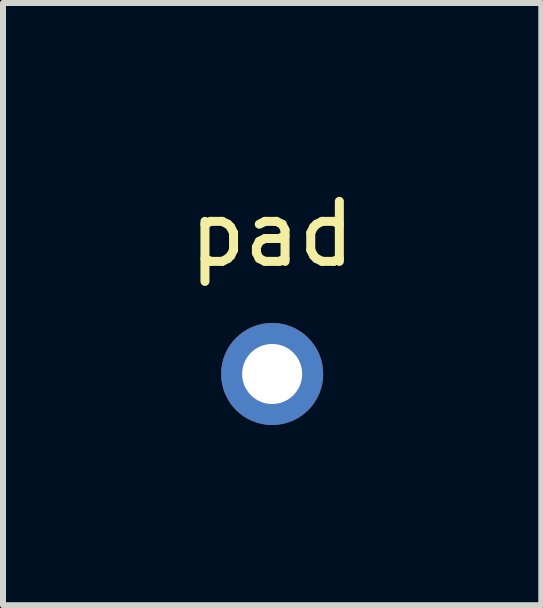
<source format=kicad_pcb>
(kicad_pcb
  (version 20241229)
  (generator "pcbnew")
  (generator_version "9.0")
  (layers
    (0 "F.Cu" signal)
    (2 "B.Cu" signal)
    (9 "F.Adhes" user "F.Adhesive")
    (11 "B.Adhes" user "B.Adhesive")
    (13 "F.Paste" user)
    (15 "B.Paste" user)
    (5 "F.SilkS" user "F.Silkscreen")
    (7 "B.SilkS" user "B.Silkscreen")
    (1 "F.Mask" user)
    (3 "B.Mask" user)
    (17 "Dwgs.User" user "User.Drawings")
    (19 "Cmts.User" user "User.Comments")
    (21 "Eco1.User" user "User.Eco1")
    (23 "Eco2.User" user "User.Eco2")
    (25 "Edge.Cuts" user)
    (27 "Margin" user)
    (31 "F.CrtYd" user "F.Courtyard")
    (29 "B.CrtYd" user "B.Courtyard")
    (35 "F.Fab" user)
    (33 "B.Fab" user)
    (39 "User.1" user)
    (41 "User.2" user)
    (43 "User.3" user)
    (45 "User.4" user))
  (footprint "pad"
    (layer "F.Cu")
    (at 1.482 3.178)
    (property "Reference" "pad" (at 0 -2.33 0) (layer "F.SilkS") (effects (font (size 1 1) (thickness 0.15))))
    (attr through_hole)
    (pad "" thru_hole oval (at 0 0) (size 1.7 1.7) (drill 1) (layers "*.Cu" "*.Mask")))
  (gr_rect
    (start -3 -3)
    (end 5.964 7.028)
    (stroke (width 0.1) (type default))
    (fill no)
    (layer "Edge.Cuts")))
</source>
